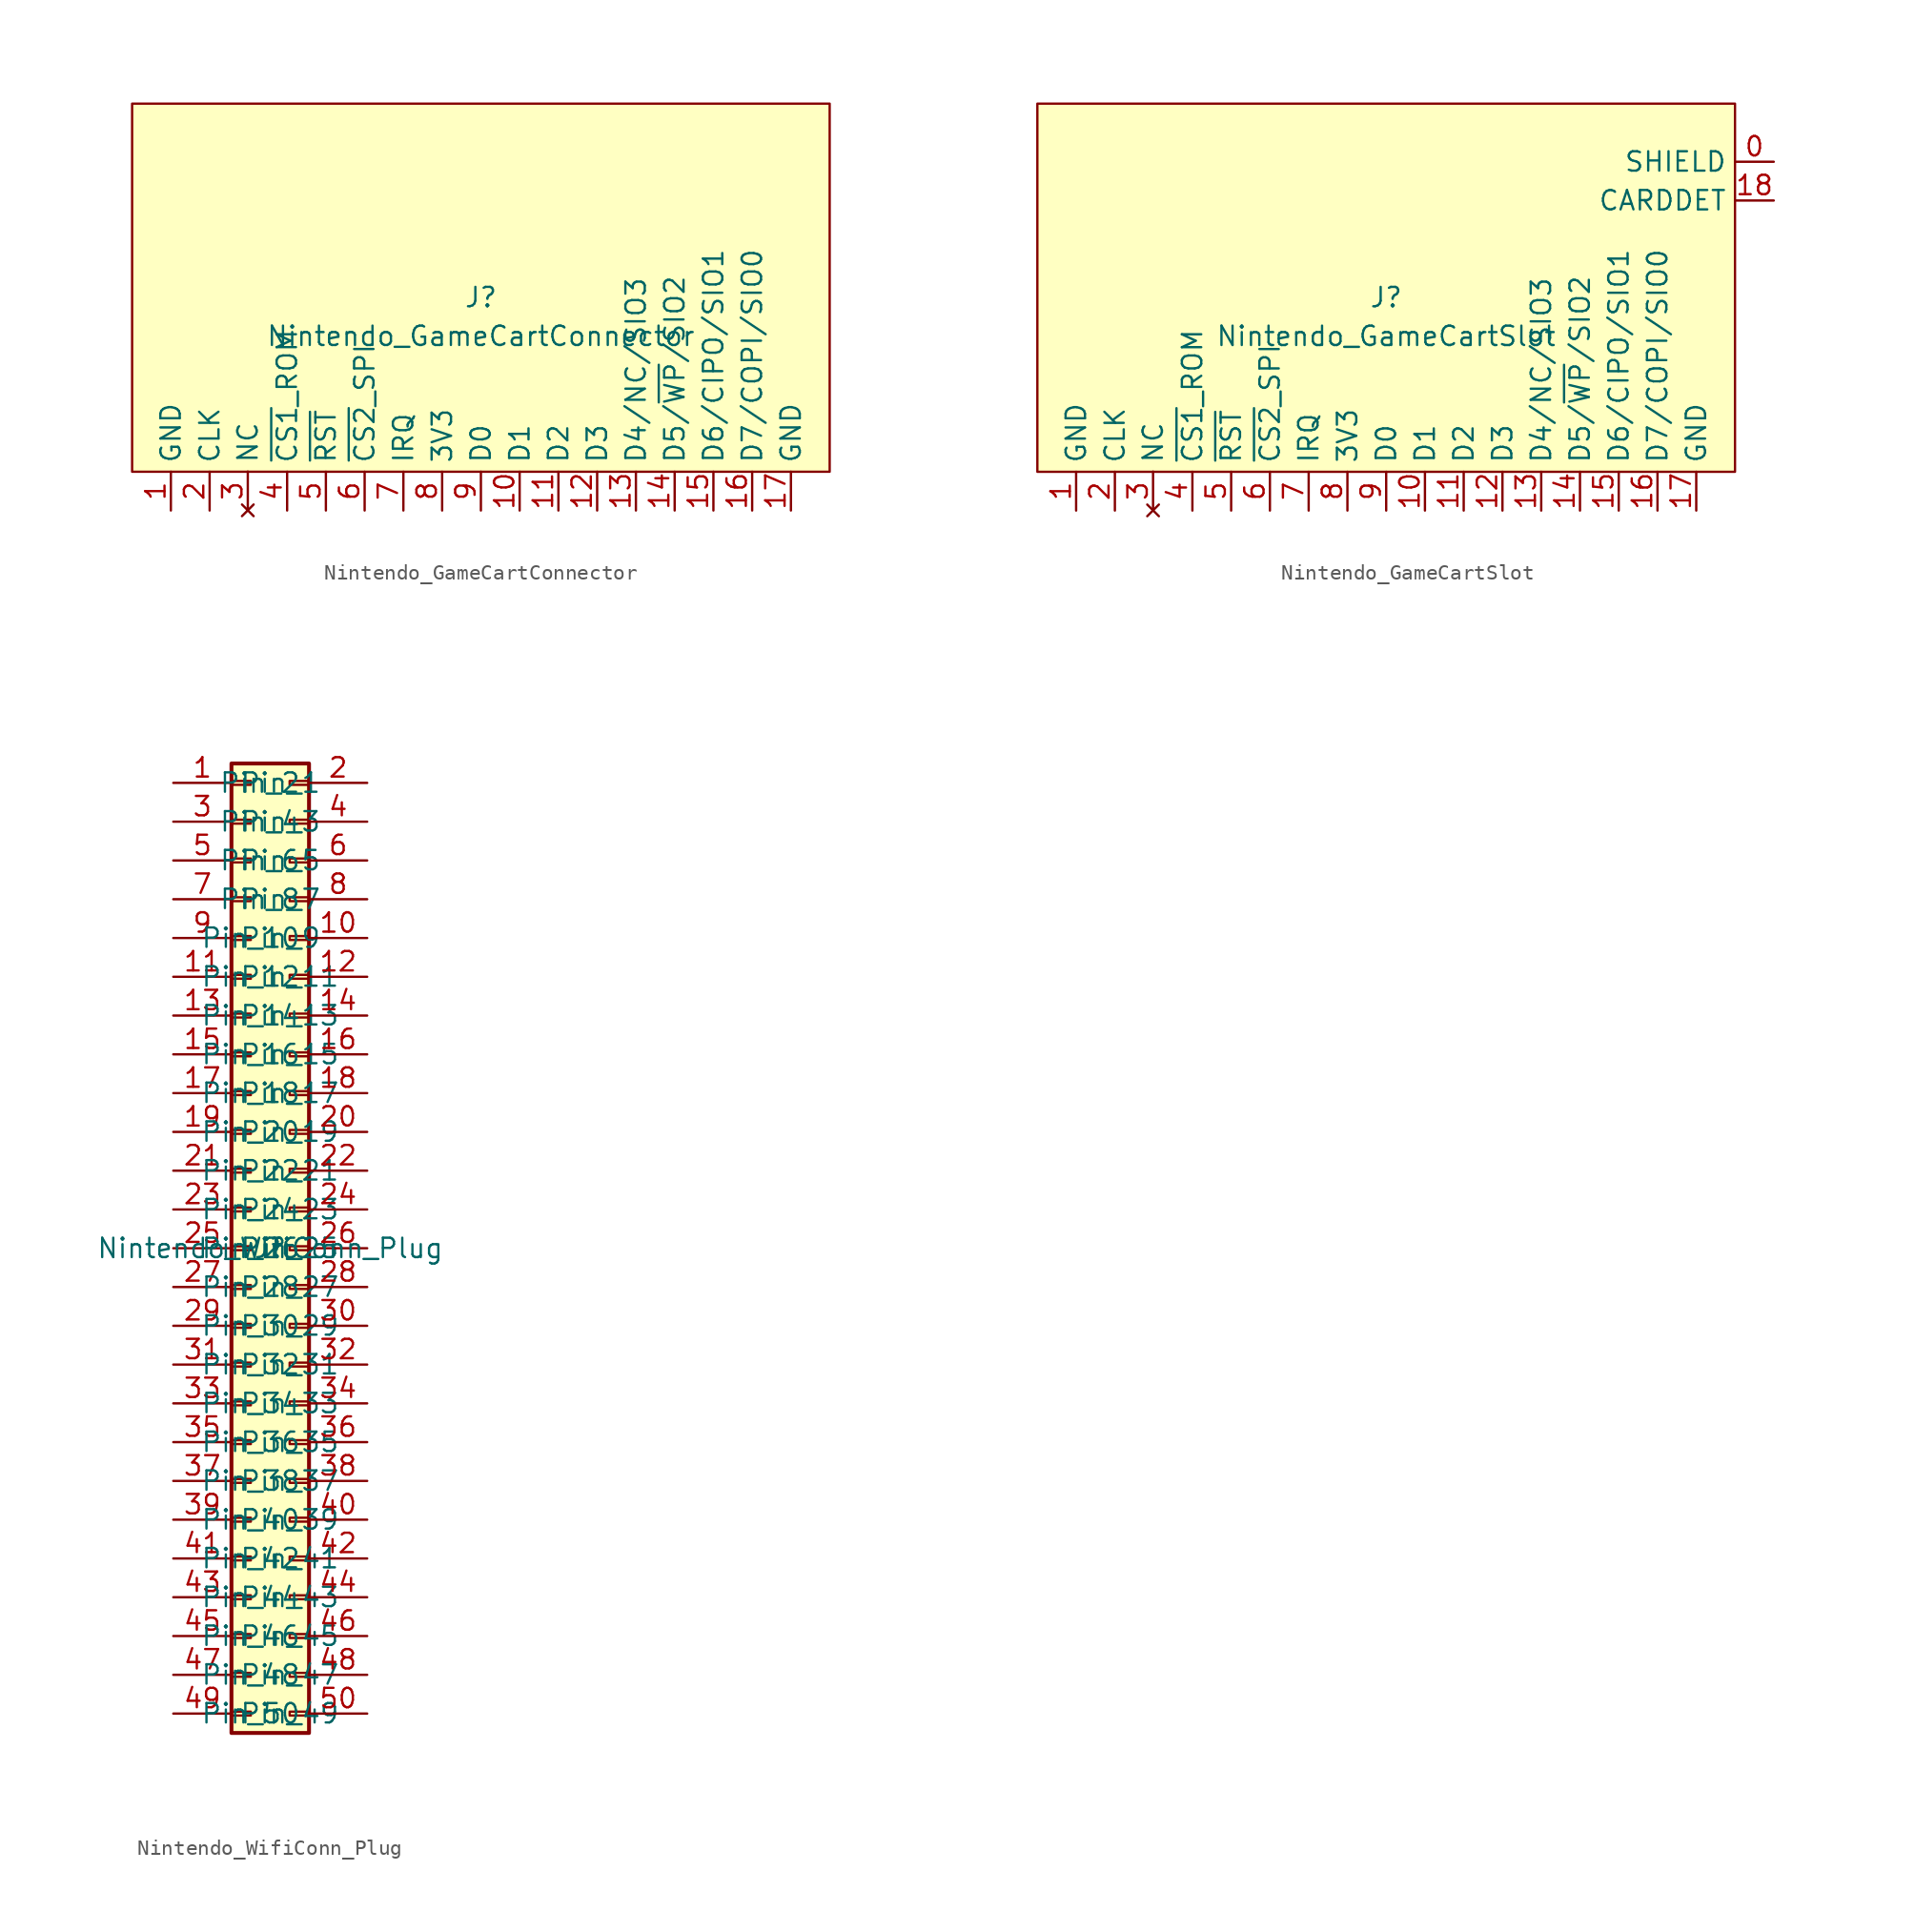
<source format=kicad_sym>
(kicad_symbol_lib
  (version 20231120)
  (generator "kicad_symbol_editor")
  (generator_version "8.0")
  (symbol "Nintendo_GameCartConnector"
    (property "Reference" "J"
      (at 0 0 0)
      (effects (font (size 1.27 1.27))))
    (property "Value" "Nintendo_GameCartConnector"
      (at 0 -2.54 0)
      (effects (font (size 1.27 1.27))))
    (symbol "Nintendo_GameCartConnector_0_1"
      (rectangle (start -22.86 12.7) (end 22.86 -11.43) (stroke (width 0.152) (type default)) (fill (type background))))
    (symbol "Nintendo_GameCartConnector_1_1"
      (pin passive line (at -20.32 -13.97 90) (length 2.54) (name "GND" (effects (font (size 1.27 1.27)))) (number "1" (effects (font (size 1.27 1.27)))))
      (pin bidirectional line (at 2.54 -13.97 90) (length 2.54) (name "D1" (effects (font (size 1.27 1.27)))) (number "10" (effects (font (size 1.27 1.27)))))
      (pin bidirectional line (at 5.08 -13.97 90) (length 2.54) (name "D2" (effects (font (size 1.27 1.27)))) (number "11" (effects (font (size 1.27 1.27)))))
      (pin bidirectional line (at 7.62 -13.97 90) (length 2.54) (name "D3" (effects (font (size 1.27 1.27)))) (number "12" (effects (font (size 1.27 1.27)))))
      (pin bidirectional line (at 10.16 -13.97 90) (length 2.54) (name "D4/NC/SIO3" (effects (font (size 1.27 1.27)))) (number "13" (effects (font (size 1.27 1.27)))))
      (pin bidirectional line (at 12.7 -13.97 90) (length 2.54) (name "D5/~{WP}/SIO2" (effects (font (size 1.27 1.27)))) (number "14" (effects (font (size 1.27 1.27)))))
      (pin bidirectional line (at 15.24 -13.97 90) (length 2.54) (name "D6/CIPO/SIO1" (effects (font (size 1.27 1.27)))) (number "15" (effects (font (size 1.27 1.27)))))
      (pin bidirectional line (at 17.78 -13.97 90) (length 2.54) (name "D7/COPI/SIO0" (effects (font (size 1.27 1.27)))) (number "16" (effects (font (size 1.27 1.27)))))
      (pin passive line (at 20.32 -13.97 90) (length 2.54) (name "GND" (effects (font (size 1.27 1.27)))) (number "17" (effects (font (size 1.27 1.27)))))
      (pin output line (at -17.78 -13.97 90) (length 2.54) (name "CLK" (effects (font (size 1.27 1.27)))) (number "2" (effects (font (size 1.27 1.27)))))
      (pin no_connect line (at -15.278 -13.958 90) (length 2.54) (name "NC" (effects (font (size 1.27 1.27)))) (number "3" (effects (font (size 1.27 1.27)))))
      (pin output line (at -12.7 -13.97 90) (length 2.54) (name "~{CS1}_ROM" (effects (font (size 1.27 1.27)))) (number "4" (effects (font (size 1.27 1.27)))))
      (pin output line (at -10.16 -13.97 90) (length 2.54) (name "~{RST}" (effects (font (size 1.27 1.27)))) (number "5" (effects (font (size 1.27 1.27)))))
      (pin output line (at -7.62 -13.97 90) (length 2.54) (name "~{CS2}_SPI" (effects (font (size 1.27 1.27)))) (number "6" (effects (font (size 1.27 1.27)))))
      (pin passive line (at -5.08 -13.97 90) (length 2.54) (name "IRQ" (effects (font (size 1.27 1.27)))) (number "7" (effects (font (size 1.27 1.27)))))
      (pin power_out line (at -2.54 -13.97 90) (length 2.54) (name "3V3" (effects (font (size 1.27 1.27)))) (number "8" (effects (font (size 1.27 1.27)))))
      (pin bidirectional line (at 0 -13.97 90) (length 2.54) (name "D0" (effects (font (size 1.27 1.27)))) (number "9" (effects (font (size 1.27 1.27)))))))
  (symbol "Nintendo_GameCartSlot"
    (property "Reference" "J"
      (at 0 0 0)
      (effects (font (size 1.27 1.27))))
    (property "Value" "Nintendo_GameCartSlot"
      (at 0 -2.54 0)
      (effects (font (size 1.27 1.27))))
    (symbol "Nintendo_GameCartSlot_0_1"
      (rectangle (start -22.86 12.7) (end 22.86 -11.43) (stroke (width 0.152) (type default)) (fill (type background))))
    (symbol "Nintendo_GameCartSlot_1_1"
      (pin passive line (at 25.4 8.89 180) (length 2.54) (name "SHIELD" (effects (font (size 1.27 1.27)))) (number "0" (effects (font (size 1.27 1.27)))))
      (pin passive line (at -20.32 -13.97 90) (length 2.54) (name "GND" (effects (font (size 1.27 1.27)))) (number "1" (effects (font (size 1.27 1.27)))))
      (pin bidirectional line (at 2.54 -13.97 90) (length 2.54) (name "D1" (effects (font (size 1.27 1.27)))) (number "10" (effects (font (size 1.27 1.27)))))
      (pin bidirectional line (at 5.08 -13.97 90) (length 2.54) (name "D2" (effects (font (size 1.27 1.27)))) (number "11" (effects (font (size 1.27 1.27)))))
      (pin bidirectional line (at 7.62 -13.97 90) (length 2.54) (name "D3" (effects (font (size 1.27 1.27)))) (number "12" (effects (font (size 1.27 1.27)))))
      (pin bidirectional line (at 10.16 -13.97 90) (length 2.54) (name "D4/NC/SIO3" (effects (font (size 1.27 1.27)))) (number "13" (effects (font (size 1.27 1.27)))))
      (pin bidirectional line (at 12.7 -13.97 90) (length 2.54) (name "D5/~{WP}/SIO2" (effects (font (size 1.27 1.27)))) (number "14" (effects (font (size 1.27 1.27)))))
      (pin bidirectional line (at 15.24 -13.97 90) (length 2.54) (name "D6/CIPO/SIO1" (effects (font (size 1.27 1.27)))) (number "15" (effects (font (size 1.27 1.27)))))
      (pin bidirectional line (at 17.78 -13.97 90) (length 2.54) (name "D7/COPI/SIO0" (effects (font (size 1.27 1.27)))) (number "16" (effects (font (size 1.27 1.27)))))
      (pin passive line (at 20.32 -13.97 90) (length 2.54) (name "GND" (effects (font (size 1.27 1.27)))) (number "17" (effects (font (size 1.27 1.27)))))
      (pin open_collector line (at 25.4 6.35 180) (length 2.54) (name "CARDDET" (effects (font (size 1.27 1.27)))) (number "18" (effects (font (size 1.27 1.27)))))
      (pin input line (at -17.78 -13.97 90) (length 2.54) (name "CLK" (effects (font (size 1.27 1.27)))) (number "2" (effects (font (size 1.27 1.27)))))
      (pin no_connect line (at -15.278 -13.958 90) (length 2.54) (name "NC" (effects (font (size 1.27 1.27)))) (number "3" (effects (font (size 1.27 1.27)))))
      (pin input line (at -12.7 -13.97 90) (length 2.54) (name "~{CS1}_ROM" (effects (font (size 1.27 1.27)))) (number "4" (effects (font (size 1.27 1.27)))))
      (pin input line (at -10.16 -13.97 90) (length 2.54) (name "~{RST}" (effects (font (size 1.27 1.27)))) (number "5" (effects (font (size 1.27 1.27)))))
      (pin input line (at -7.62 -13.97 90) (length 2.54) (name "~{CS2}_SPI" (effects (font (size 1.27 1.27)))) (number "6" (effects (font (size 1.27 1.27)))))
      (pin passive line (at -5.08 -13.97 90) (length 2.54) (name "IRQ" (effects (font (size 1.27 1.27)))) (number "7" (effects (font (size 1.27 1.27)))))
      (pin power_in line (at -2.54 -13.97 90) (length 2.54) (name "3V3" (effects (font (size 1.27 1.27)))) (number "8" (effects (font (size 1.27 1.27)))))
      (pin bidirectional line (at 0 -13.97 90) (length 2.54) (name "D0" (effects (font (size 1.27 1.27)))) (number "9" (effects (font (size 1.27 1.27)))))))
  (symbol "Nintendo_WifiConn_Plug"
    (property "Reference" "J"
      (at 0 0 0)
      (effects (font (size 1.27 1.27))))
    (property "Value" "Nintendo_WifiConn_Plug"
      (at 0 0 0)
      (effects (font (size 1.27 1.27))))
    (symbol "Nintendo_WifiConn_Plug_1_1"
      (rectangle (start -2.54 -30.353) (end -1.27 -30.607) (stroke (width 0.152) (type default)) (fill (type none)))
      (rectangle (start -2.54 -27.813) (end -1.27 -28.067) (stroke (width 0.152) (type default)) (fill (type none)))
      (rectangle (start -2.54 -25.273) (end -1.27 -25.527) (stroke (width 0.152) (type default)) (fill (type none)))
      (rectangle (start -2.54 -22.733) (end -1.27 -22.987) (stroke (width 0.152) (type default)) (fill (type none)))
      (rectangle (start -2.54 -20.193) (end -1.27 -20.447) (stroke (width 0.152) (type default)) (fill (type none)))
      (rectangle (start -2.54 -17.653) (end -1.27 -17.907) (stroke (width 0.152) (type default)) (fill (type none)))
      (rectangle (start -2.54 -15.113) (end -1.27 -15.367) (stroke (width 0.152) (type default)) (fill (type none)))
      (rectangle (start -2.54 -12.573) (end -1.27 -12.827) (stroke (width 0.152) (type default)) (fill (type none)))
      (rectangle (start -2.54 -10.033) (end -1.27 -10.287) (stroke (width 0.152) (type default)) (fill (type none)))
      (rectangle (start -2.54 -7.493) (end -1.27 -7.747) (stroke (width 0.152) (type default)) (fill (type none)))
      (rectangle (start -2.54 -4.953) (end -1.27 -5.207) (stroke (width 0.152) (type default)) (fill (type none)))
      (rectangle (start -2.54 -2.413) (end -1.27 -2.667) (stroke (width 0.152) (type default)) (fill (type none)))
      (rectangle (start -2.54 0.127) (end -1.27 -0.127) (stroke (width 0.152) (type default)) (fill (type none)))
      (rectangle (start -2.54 2.667) (end -1.27 2.413) (stroke (width 0.152) (type default)) (fill (type none)))
      (rectangle (start -2.54 5.207) (end -1.27 4.953) (stroke (width 0.152) (type default)) (fill (type none)))
      (rectangle (start -2.54 7.747) (end -1.27 7.493) (stroke (width 0.152) (type default)) (fill (type none)))
      (rectangle (start -2.54 10.287) (end -1.27 10.033) (stroke (width 0.152) (type default)) (fill (type none)))
      (rectangle (start -2.54 12.827) (end -1.27 12.573) (stroke (width 0.152) (type default)) (fill (type none)))
      (rectangle (start -2.54 15.367) (end -1.27 15.113) (stroke (width 0.152) (type default)) (fill (type none)))
      (rectangle (start -2.54 17.907) (end -1.27 17.653) (stroke (width 0.152) (type default)) (fill (type none)))
      (rectangle (start -2.54 20.447) (end -1.27 20.193) (stroke (width 0.152) (type default)) (fill (type none)))
      (rectangle (start -2.54 22.987) (end -1.27 22.733) (stroke (width 0.152) (type default)) (fill (type none)))
      (rectangle (start -2.54 25.527) (end -1.27 25.273) (stroke (width 0.152) (type default)) (fill (type none)))
      (rectangle (start -2.54 28.067) (end -1.27 27.813) (stroke (width 0.152) (type default)) (fill (type none)))
      (rectangle (start -2.54 30.607) (end -1.27 30.353) (stroke (width 0.152) (type default)) (fill (type none)))
      (rectangle (start -2.54 31.75) (end 2.54 -31.75) (stroke (width 0.254) (type default)) (fill (type background)))
      (rectangle (start 2.54 -30.353) (end 1.27 -30.607) (stroke (width 0.152) (type default)) (fill (type none)))
      (rectangle (start 2.54 -27.813) (end 1.27 -28.067) (stroke (width 0.152) (type default)) (fill (type none)))
      (rectangle (start 2.54 -25.273) (end 1.27 -25.527) (stroke (width 0.152) (type default)) (fill (type none)))
      (rectangle (start 2.54 -22.733) (end 1.27 -22.987) (stroke (width 0.152) (type default)) (fill (type none)))
      (rectangle (start 2.54 -20.193) (end 1.27 -20.447) (stroke (width 0.152) (type default)) (fill (type none)))
      (rectangle (start 2.54 -17.653) (end 1.27 -17.907) (stroke (width 0.152) (type default)) (fill (type none)))
      (rectangle (start 2.54 -15.113) (end 1.27 -15.367) (stroke (width 0.152) (type default)) (fill (type none)))
      (rectangle (start 2.54 -12.573) (end 1.27 -12.827) (stroke (width 0.152) (type default)) (fill (type none)))
      (rectangle (start 2.54 -10.033) (end 1.27 -10.287) (stroke (width 0.152) (type default)) (fill (type none)))
      (rectangle (start 2.54 -7.493) (end 1.27 -7.747) (stroke (width 0.152) (type default)) (fill (type none)))
      (rectangle (start 2.54 -4.953) (end 1.27 -5.207) (stroke (width 0.152) (type default)) (fill (type none)))
      (rectangle (start 2.54 -2.413) (end 1.27 -2.667) (stroke (width 0.152) (type default)) (fill (type none)))
      (rectangle (start 2.54 0.127) (end 1.27 -0.127) (stroke (width 0.152) (type default)) (fill (type none)))
      (rectangle (start 2.54 2.667) (end 1.27 2.413) (stroke (width 0.152) (type default)) (fill (type none)))
      (rectangle (start 2.54 5.207) (end 1.27 4.953) (stroke (width 0.152) (type default)) (fill (type none)))
      (rectangle (start 2.54 7.747) (end 1.27 7.493) (stroke (width 0.152) (type default)) (fill (type none)))
      (rectangle (start 2.54 10.287) (end 1.27 10.033) (stroke (width 0.152) (type default)) (fill (type none)))
      (rectangle (start 2.54 12.827) (end 1.27 12.573) (stroke (width 0.152) (type default)) (fill (type none)))
      (rectangle (start 2.54 15.367) (end 1.27 15.113) (stroke (width 0.152) (type default)) (fill (type none)))
      (rectangle (start 2.54 17.907) (end 1.27 17.653) (stroke (width 0.152) (type default)) (fill (type none)))
      (rectangle (start 2.54 20.447) (end 1.27 20.193) (stroke (width 0.152) (type default)) (fill (type none)))
      (rectangle (start 2.54 22.987) (end 1.27 22.733) (stroke (width 0.152) (type default)) (fill (type none)))
      (rectangle (start 2.54 25.527) (end 1.27 25.273) (stroke (width 0.152) (type default)) (fill (type none)))
      (rectangle (start 2.54 28.067) (end 1.27 27.813) (stroke (width 0.152) (type default)) (fill (type none)))
      (rectangle (start 2.54 30.607) (end 1.27 30.353) (stroke (width 0.152) (type default)) (fill (type none)))
      (pin passive line (at -6.35 30.48 0) (length 3.81) (name "Pin_1" (effects (font (size 1.27 1.27)))) (number "1" (effects (font (size 1.27 1.27)))))
      (pin passive line (at 6.35 20.32 180) (length 3.81) (name "Pin_10" (effects (font (size 1.27 1.27)))) (number "10" (effects (font (size 1.27 1.27)))))
      (pin passive line (at -6.35 17.78 0) (length 3.81) (name "Pin_11" (effects (font (size 1.27 1.27)))) (number "11" (effects (font (size 1.27 1.27)))))
      (pin passive line (at 6.35 17.78 180) (length 3.81) (name "Pin_12" (effects (font (size 1.27 1.27)))) (number "12" (effects (font (size 1.27 1.27)))))
      (pin passive line (at -6.35 15.24 0) (length 3.81) (name "Pin_13" (effects (font (size 1.27 1.27)))) (number "13" (effects (font (size 1.27 1.27)))))
      (pin passive line (at 6.35 15.24 180) (length 3.81) (name "Pin_14" (effects (font (size 1.27 1.27)))) (number "14" (effects (font (size 1.27 1.27)))))
      (pin passive line (at -6.35 12.7 0) (length 3.81) (name "Pin_15" (effects (font (size 1.27 1.27)))) (number "15" (effects (font (size 1.27 1.27)))))
      (pin passive line (at 6.35 12.7 180) (length 3.81) (name "Pin_16" (effects (font (size 1.27 1.27)))) (number "16" (effects (font (size 1.27 1.27)))))
      (pin passive line (at -6.35 10.16 0) (length 3.81) (name "Pin_17" (effects (font (size 1.27 1.27)))) (number "17" (effects (font (size 1.27 1.27)))))
      (pin passive line (at 6.35 10.16 180) (length 3.81) (name "Pin_18" (effects (font (size 1.27 1.27)))) (number "18" (effects (font (size 1.27 1.27)))))
      (pin passive line (at -6.35 7.62 0) (length 3.81) (name "Pin_19" (effects (font (size 1.27 1.27)))) (number "19" (effects (font (size 1.27 1.27)))))
      (pin passive line (at 6.35 30.48 180) (length 3.81) (name "Pin_2" (effects (font (size 1.27 1.27)))) (number "2" (effects (font (size 1.27 1.27)))))
      (pin passive line (at 6.35 7.62 180) (length 3.81) (name "Pin_20" (effects (font (size 1.27 1.27)))) (number "20" (effects (font (size 1.27 1.27)))))
      (pin passive line (at -6.35 5.08 0) (length 3.81) (name "Pin_21" (effects (font (size 1.27 1.27)))) (number "21" (effects (font (size 1.27 1.27)))))
      (pin passive line (at 6.35 5.08 180) (length 3.81) (name "Pin_22" (effects (font (size 1.27 1.27)))) (number "22" (effects (font (size 1.27 1.27)))))
      (pin passive line (at -6.35 2.54 0) (length 3.81) (name "Pin_23" (effects (font (size 1.27 1.27)))) (number "23" (effects (font (size 1.27 1.27)))))
      (pin passive line (at 6.35 2.54 180) (length 3.81) (name "Pin_24" (effects (font (size 1.27 1.27)))) (number "24" (effects (font (size 1.27 1.27)))))
      (pin passive line (at -6.35 0 0) (length 3.81) (name "Pin_25" (effects (font (size 1.27 1.27)))) (number "25" (effects (font (size 1.27 1.27)))))
      (pin passive line (at 6.35 0 180) (length 3.81) (name "Pin_26" (effects (font (size 1.27 1.27)))) (number "26" (effects (font (size 1.27 1.27)))))
      (pin passive line (at -6.35 -2.54 0) (length 3.81) (name "Pin_27" (effects (font (size 1.27 1.27)))) (number "27" (effects (font (size 1.27 1.27)))))
      (pin passive line (at 6.35 -2.54 180) (length 3.81) (name "Pin_28" (effects (font (size 1.27 1.27)))) (number "28" (effects (font (size 1.27 1.27)))))
      (pin passive line (at -6.35 -5.08 0) (length 3.81) (name "Pin_29" (effects (font (size 1.27 1.27)))) (number "29" (effects (font (size 1.27 1.27)))))
      (pin passive line (at -6.35 27.94 0) (length 3.81) (name "Pin_3" (effects (font (size 1.27 1.27)))) (number "3" (effects (font (size 1.27 1.27)))))
      (pin passive line (at 6.35 -5.08 180) (length 3.81) (name "Pin_30" (effects (font (size 1.27 1.27)))) (number "30" (effects (font (size 1.27 1.27)))))
      (pin passive line (at -6.35 -7.62 0) (length 3.81) (name "Pin_31" (effects (font (size 1.27 1.27)))) (number "31" (effects (font (size 1.27 1.27)))))
      (pin passive line (at 6.35 -7.62 180) (length 3.81) (name "Pin_32" (effects (font (size 1.27 1.27)))) (number "32" (effects (font (size 1.27 1.27)))))
      (pin passive line (at -6.35 -10.16 0) (length 3.81) (name "Pin_33" (effects (font (size 1.27 1.27)))) (number "33" (effects (font (size 1.27 1.27)))))
      (pin passive line (at 6.35 -10.16 180) (length 3.81) (name "Pin_34" (effects (font (size 1.27 1.27)))) (number "34" (effects (font (size 1.27 1.27)))))
      (pin passive line (at -6.35 -12.7 0) (length 3.81) (name "Pin_35" (effects (font (size 1.27 1.27)))) (number "35" (effects (font (size 1.27 1.27)))))
      (pin passive line (at 6.35 -12.7 180) (length 3.81) (name "Pin_36" (effects (font (size 1.27 1.27)))) (number "36" (effects (font (size 1.27 1.27)))))
      (pin passive line (at -6.35 -15.24 0) (length 3.81) (name "Pin_37" (effects (font (size 1.27 1.27)))) (number "37" (effects (font (size 1.27 1.27)))))
      (pin passive line (at 6.35 -15.24 180) (length 3.81) (name "Pin_38" (effects (font (size 1.27 1.27)))) (number "38" (effects (font (size 1.27 1.27)))))
      (pin passive line (at -6.35 -17.78 0) (length 3.81) (name "Pin_39" (effects (font (size 1.27 1.27)))) (number "39" (effects (font (size 1.27 1.27)))))
      (pin passive line (at 6.35 27.94 180) (length 3.81) (name "Pin_4" (effects (font (size 1.27 1.27)))) (number "4" (effects (font (size 1.27 1.27)))))
      (pin passive line (at 6.35 -17.78 180) (length 3.81) (name "Pin_40" (effects (font (size 1.27 1.27)))) (number "40" (effects (font (size 1.27 1.27)))))
      (pin passive line (at -6.35 -20.32 0) (length 3.81) (name "Pin_41" (effects (font (size 1.27 1.27)))) (number "41" (effects (font (size 1.27 1.27)))))
      (pin passive line (at 6.35 -20.32 180) (length 3.81) (name "Pin_42" (effects (font (size 1.27 1.27)))) (number "42" (effects (font (size 1.27 1.27)))))
      (pin passive line (at -6.35 -22.86 0) (length 3.81) (name "Pin_43" (effects (font (size 1.27 1.27)))) (number "43" (effects (font (size 1.27 1.27)))))
      (pin passive line (at 6.35 -22.86 180) (length 3.81) (name "Pin_44" (effects (font (size 1.27 1.27)))) (number "44" (effects (font (size 1.27 1.27)))))
      (pin passive line (at -6.35 -25.4 0) (length 3.81) (name "Pin_45" (effects (font (size 1.27 1.27)))) (number "45" (effects (font (size 1.27 1.27)))))
      (pin passive line (at 6.35 -25.4 180) (length 3.81) (name "Pin_46" (effects (font (size 1.27 1.27)))) (number "46" (effects (font (size 1.27 1.27)))))
      (pin passive line (at -6.35 -27.94 0) (length 3.81) (name "Pin_47" (effects (font (size 1.27 1.27)))) (number "47" (effects (font (size 1.27 1.27)))))
      (pin passive line (at 6.35 -27.94 180) (length 3.81) (name "Pin_48" (effects (font (size 1.27 1.27)))) (number "48" (effects (font (size 1.27 1.27)))))
      (pin passive line (at -6.35 -30.48 0) (length 3.81) (name "Pin_49" (effects (font (size 1.27 1.27)))) (number "49" (effects (font (size 1.27 1.27)))))
      (pin passive line (at -6.35 25.4 0) (length 3.81) (name "Pin_5" (effects (font (size 1.27 1.27)))) (number "5" (effects (font (size 1.27 1.27)))))
      (pin passive line (at 6.35 -30.48 180) (length 3.81) (name "Pin_50" (effects (font (size 1.27 1.27)))) (number "50" (effects (font (size 1.27 1.27)))))
      (pin passive line (at 6.35 25.4 180) (length 3.81) (name "Pin_6" (effects (font (size 1.27 1.27)))) (number "6" (effects (font (size 1.27 1.27)))))
      (pin passive line (at -6.35 22.86 0) (length 3.81) (name "Pin_7" (effects (font (size 1.27 1.27)))) (number "7" (effects (font (size 1.27 1.27)))))
      (pin passive line (at 6.35 22.86 180) (length 3.81) (name "Pin_8" (effects (font (size 1.27 1.27)))) (number "8" (effects (font (size 1.27 1.27)))))
      (pin passive line (at -6.35 20.32 0) (length 3.81) (name "Pin_9" (effects (font (size 1.27 1.27)))) (number "9" (effects (font (size 1.27 1.27))))))))
</source>
